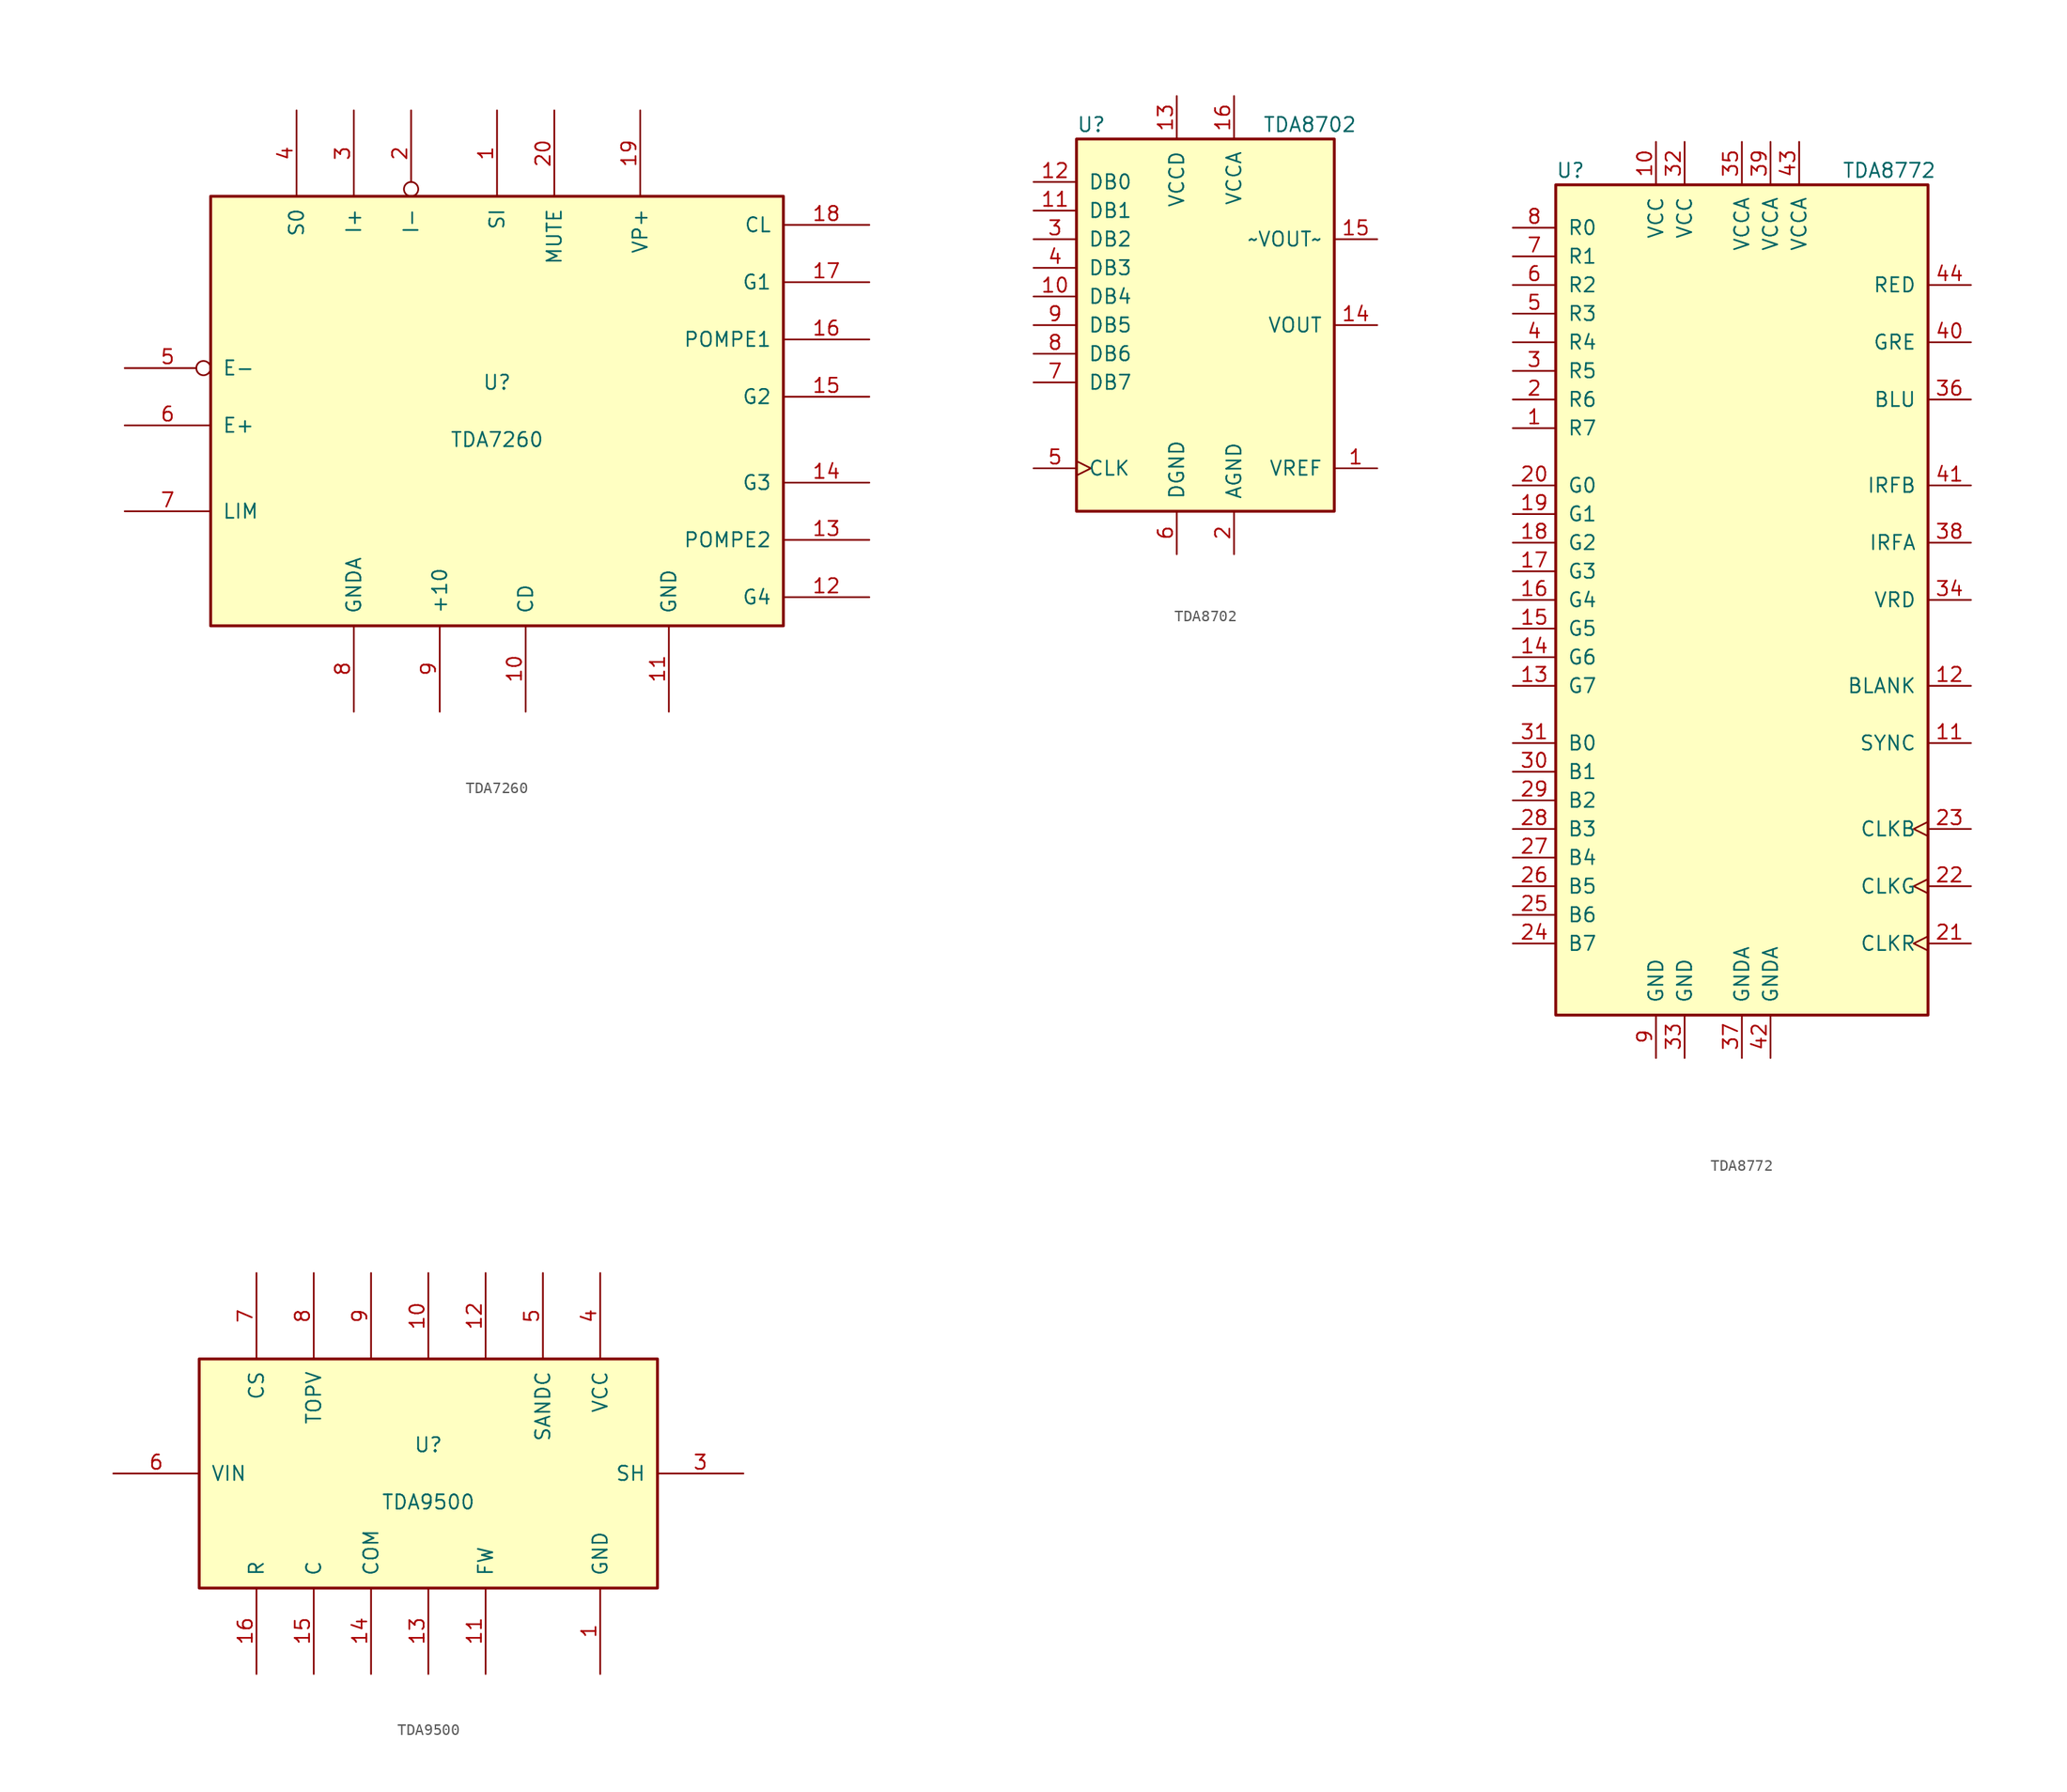
<source format=kicad_sym>
(kicad_symbol_lib
  (version 20211014)
  (generator kicad_symbol_editor)
  (symbol "TDA7260"
    (pin_names
      (offset 1.016))
    (property "Reference" "U"
      (at 0 2.54 0)
      (effects (font (size 1.27 1.27))))
    (property "Value" "TDA7260"
      (at 0 -2.54 0)
      (effects (font (size 1.27 1.27))))
    (symbol "TDA7260_0_1"
      (rectangle (start -25.4 -19.05) (end 25.4 19.05) (stroke (width 0.254) (type default) (color 0 0 0 0)) (fill (type background))))
    (symbol "TDA7260_1_1"
      (pin output line (at 0 26.67 270) (length 7.62) (name "SI" (effects (font (size 1.27 1.27)))) (number "1" (effects (font (size 1.27 1.27)))))
      (pin input line (at 2.54 -26.67 90) (length 7.62) (name "CD" (effects (font (size 1.27 1.27)))) (number "10" (effects (font (size 1.27 1.27)))))
      (pin power_in line (at 15.24 -26.67 90) (length 7.62) (name "GND" (effects (font (size 1.27 1.27)))) (number "11" (effects (font (size 1.27 1.27)))))
      (pin output line (at 33.02 -16.51 180) (length 7.62) (name "G4" (effects (font (size 1.27 1.27)))) (number "12" (effects (font (size 1.27 1.27)))))
      (pin input line (at 33.02 -11.43 180) (length 7.62) (name "POMPE2" (effects (font (size 1.27 1.27)))) (number "13" (effects (font (size 1.27 1.27)))))
      (pin output line (at 33.02 -6.35 180) (length 7.62) (name "G3" (effects (font (size 1.27 1.27)))) (number "14" (effects (font (size 1.27 1.27)))))
      (pin output line (at 33.02 1.27 180) (length 7.62) (name "G2" (effects (font (size 1.27 1.27)))) (number "15" (effects (font (size 1.27 1.27)))))
      (pin input line (at 33.02 6.35 180) (length 7.62) (name "POMPE1" (effects (font (size 1.27 1.27)))) (number "16" (effects (font (size 1.27 1.27)))))
      (pin output line (at 33.02 11.43 180) (length 7.62) (name "G1" (effects (font (size 1.27 1.27)))) (number "17" (effects (font (size 1.27 1.27)))))
      (pin input line (at 33.02 16.51 180) (length 7.62) (name "CL" (effects (font (size 1.27 1.27)))) (number "18" (effects (font (size 1.27 1.27)))))
      (pin input line (at 12.7 26.67 270) (length 7.62) (name "VP+" (effects (font (size 1.27 1.27)))) (number "19" (effects (font (size 1.27 1.27)))))
      (pin input inverted (at -7.62 26.67 270) (length 7.62) (name "I-" (effects (font (size 1.27 1.27)))) (number "2" (effects (font (size 1.27 1.27)))))
      (pin input line (at 5.08 26.67 270) (length 7.62) (name "MUTE" (effects (font (size 1.27 1.27)))) (number "20" (effects (font (size 1.27 1.27)))))
      (pin input line (at -12.7 26.67 270) (length 7.62) (name "I+" (effects (font (size 1.27 1.27)))) (number "3" (effects (font (size 1.27 1.27)))))
      (pin output line (at -17.78 26.67 270) (length 7.62) (name "S0" (effects (font (size 1.27 1.27)))) (number "4" (effects (font (size 1.27 1.27)))))
      (pin input inverted (at -33.02 3.81 0) (length 7.62) (name "E-" (effects (font (size 1.27 1.27)))) (number "5" (effects (font (size 1.27 1.27)))))
      (pin input line (at -33.02 -1.27 0) (length 7.62) (name "E+" (effects (font (size 1.27 1.27)))) (number "6" (effects (font (size 1.27 1.27)))))
      (pin output line (at -33.02 -8.89 0) (length 7.62) (name "LIM" (effects (font (size 1.27 1.27)))) (number "7" (effects (font (size 1.27 1.27)))))
      (pin power_in line (at -12.7 -26.67 90) (length 7.62) (name "GNDA" (effects (font (size 1.27 1.27)))) (number "8" (effects (font (size 1.27 1.27)))))
      (pin output line (at -5.08 -26.67 90) (length 7.62) (name "+10" (effects (font (size 1.27 1.27)))) (number "9" (effects (font (size 1.27 1.27)))))))
  (symbol "TDA8702"
    (pin_names
      (offset 1.016))
    (property "Reference" "U"
      (at -11.43 17.78 0)
      (effects (font (size 1.27 1.27)) (justify left)))
    (property "Value" "TDA8702"
      (at 5.08 17.78 0)
      (effects (font (size 1.27 1.27)) (justify left)))
    (symbol "TDA8702_0_1"
      (rectangle (start -11.43 16.51) (end 11.43 -16.51) (stroke (width 0.254) (type default) (color 0 0 0 0)) (fill (type background))))
    (symbol "TDA8702_1_1"
      (pin bidirectional line (at 15.24 -12.7 180) (length 3.81) (name "VREF" (effects (font (size 1.27 1.27)))) (number "1" (effects (font (size 1.27 1.27)))))
      (pin input line (at -15.24 2.54 0) (length 3.81) (name "DB4" (effects (font (size 1.27 1.27)))) (number "10" (effects (font (size 1.27 1.27)))))
      (pin input line (at -15.24 10.16 0) (length 3.81) (name "DB1" (effects (font (size 1.27 1.27)))) (number "11" (effects (font (size 1.27 1.27)))))
      (pin input line (at -15.24 12.7 0) (length 3.81) (name "DB0" (effects (font (size 1.27 1.27)))) (number "12" (effects (font (size 1.27 1.27)))))
      (pin power_in line (at -2.54 20.32 270) (length 3.81) (name "VCCD" (effects (font (size 1.27 1.27)))) (number "13" (effects (font (size 1.27 1.27)))))
      (pin output line (at 15.24 0 180) (length 3.81) (name "VOUT" (effects (font (size 1.27 1.27)))) (number "14" (effects (font (size 1.27 1.27)))))
      (pin output line (at 15.24 7.62 180) (length 3.81) (name "~VOUT~" (effects (font (size 1.27 1.27)))) (number "15" (effects (font (size 1.27 1.27)))))
      (pin power_in line (at 2.54 20.32 270) (length 3.81) (name "VCCA" (effects (font (size 1.27 1.27)))) (number "16" (effects (font (size 1.27 1.27)))))
      (pin power_in line (at 2.54 -20.32 90) (length 3.81) (name "AGND" (effects (font (size 1.27 1.27)))) (number "2" (effects (font (size 1.27 1.27)))))
      (pin input line (at -15.24 7.62 0) (length 3.81) (name "DB2" (effects (font (size 1.27 1.27)))) (number "3" (effects (font (size 1.27 1.27)))))
      (pin input line (at -15.24 5.08 0) (length 3.81) (name "DB3" (effects (font (size 1.27 1.27)))) (number "4" (effects (font (size 1.27 1.27)))))
      (pin input clock (at -15.24 -12.7 0) (length 3.81) (name "CLK" (effects (font (size 1.27 1.27)))) (number "5" (effects (font (size 1.27 1.27)))))
      (pin power_in line (at -2.54 -20.32 90) (length 3.81) (name "DGND" (effects (font (size 1.27 1.27)))) (number "6" (effects (font (size 1.27 1.27)))))
      (pin input line (at -15.24 -5.08 0) (length 3.81) (name "DB7" (effects (font (size 1.27 1.27)))) (number "7" (effects (font (size 1.27 1.27)))))
      (pin input line (at -15.24 -2.54 0) (length 3.81) (name "DB6" (effects (font (size 1.27 1.27)))) (number "8" (effects (font (size 1.27 1.27)))))
      (pin input line (at -15.24 0 0) (length 3.81) (name "DB5" (effects (font (size 1.27 1.27)))) (number "9" (effects (font (size 1.27 1.27)))))))
  (symbol "TDA8772"
    (pin_names
      (offset 1.016))
    (property "Reference" "U"
      (at -16.51 38.1 0)
      (effects (font (size 1.27 1.27)) (justify left)))
    (property "Value" "TDA8772"
      (at 8.89 38.1 0)
      (effects (font (size 1.27 1.27)) (justify left)))
    (symbol "TDA8772_0_1"
      (rectangle (start -16.51 -36.83) (end 16.51 36.83) (stroke (width 0.254) (type default) (color 0 0 0 0)) (fill (type background))))
    (symbol "TDA8772_1_1"
      (pin input line (at -20.32 15.24 0) (length 3.81) (name "R7" (effects (font (size 1.27 1.27)))) (number "1" (effects (font (size 1.27 1.27)))))
      (pin power_in line (at -7.62 40.64 270) (length 3.81) (name "VCC" (effects (font (size 1.27 1.27)))) (number "10" (effects (font (size 1.27 1.27)))))
      (pin input line (at 20.32 -12.7 180) (length 3.81) (name "SYNC" (effects (font (size 1.27 1.27)))) (number "11" (effects (font (size 1.27 1.27)))))
      (pin input line (at 20.32 -7.62 180) (length 3.81) (name "BLANK" (effects (font (size 1.27 1.27)))) (number "12" (effects (font (size 1.27 1.27)))))
      (pin input line (at -20.32 -7.62 0) (length 3.81) (name "G7" (effects (font (size 1.27 1.27)))) (number "13" (effects (font (size 1.27 1.27)))))
      (pin input line (at -20.32 -5.08 0) (length 3.81) (name "G6" (effects (font (size 1.27 1.27)))) (number "14" (effects (font (size 1.27 1.27)))))
      (pin input line (at -20.32 -2.54 0) (length 3.81) (name "G5" (effects (font (size 1.27 1.27)))) (number "15" (effects (font (size 1.27 1.27)))))
      (pin input line (at -20.32 0 0) (length 3.81) (name "G4" (effects (font (size 1.27 1.27)))) (number "16" (effects (font (size 1.27 1.27)))))
      (pin input line (at -20.32 2.54 0) (length 3.81) (name "G3" (effects (font (size 1.27 1.27)))) (number "17" (effects (font (size 1.27 1.27)))))
      (pin input line (at -20.32 5.08 0) (length 3.81) (name "G2" (effects (font (size 1.27 1.27)))) (number "18" (effects (font (size 1.27 1.27)))))
      (pin input line (at -20.32 7.62 0) (length 3.81) (name "G1" (effects (font (size 1.27 1.27)))) (number "19" (effects (font (size 1.27 1.27)))))
      (pin input line (at -20.32 17.78 0) (length 3.81) (name "R6" (effects (font (size 1.27 1.27)))) (number "2" (effects (font (size 1.27 1.27)))))
      (pin input line (at -20.32 10.16 0) (length 3.81) (name "G0" (effects (font (size 1.27 1.27)))) (number "20" (effects (font (size 1.27 1.27)))))
      (pin input clock (at 20.32 -30.48 180) (length 3.81) (name "CLKR" (effects (font (size 1.27 1.27)))) (number "21" (effects (font (size 1.27 1.27)))))
      (pin input clock (at 20.32 -25.4 180) (length 3.81) (name "CLKG" (effects (font (size 1.27 1.27)))) (number "22" (effects (font (size 1.27 1.27)))))
      (pin input clock (at 20.32 -20.32 180) (length 3.81) (name "CLKB" (effects (font (size 1.27 1.27)))) (number "23" (effects (font (size 1.27 1.27)))))
      (pin input line (at -20.32 -30.48 0) (length 3.81) (name "B7" (effects (font (size 1.27 1.27)))) (number "24" (effects (font (size 1.27 1.27)))))
      (pin input line (at -20.32 -27.94 0) (length 3.81) (name "B6" (effects (font (size 1.27 1.27)))) (number "25" (effects (font (size 1.27 1.27)))))
      (pin input line (at -20.32 -25.4 0) (length 3.81) (name "B5" (effects (font (size 1.27 1.27)))) (number "26" (effects (font (size 1.27 1.27)))))
      (pin input line (at -20.32 -22.86 0) (length 3.81) (name "B4" (effects (font (size 1.27 1.27)))) (number "27" (effects (font (size 1.27 1.27)))))
      (pin input line (at -20.32 -20.32 0) (length 3.81) (name "B3" (effects (font (size 1.27 1.27)))) (number "28" (effects (font (size 1.27 1.27)))))
      (pin input line (at -20.32 -17.78 0) (length 3.81) (name "B2" (effects (font (size 1.27 1.27)))) (number "29" (effects (font (size 1.27 1.27)))))
      (pin input line (at -20.32 20.32 0) (length 3.81) (name "R5" (effects (font (size 1.27 1.27)))) (number "3" (effects (font (size 1.27 1.27)))))
      (pin input line (at -20.32 -15.24 0) (length 3.81) (name "B1" (effects (font (size 1.27 1.27)))) (number "30" (effects (font (size 1.27 1.27)))))
      (pin input line (at -20.32 -12.7 0) (length 3.81) (name "B0" (effects (font (size 1.27 1.27)))) (number "31" (effects (font (size 1.27 1.27)))))
      (pin power_in line (at -5.08 40.64 270) (length 3.81) (name "VCC" (effects (font (size 1.27 1.27)))) (number "32" (effects (font (size 1.27 1.27)))))
      (pin power_in line (at -5.08 -40.64 90) (length 3.81) (name "GND" (effects (font (size 1.27 1.27)))) (number "33" (effects (font (size 1.27 1.27)))))
      (pin input line (at 20.32 0 180) (length 3.81) (name "VRD" (effects (font (size 1.27 1.27)))) (number "34" (effects (font (size 1.27 1.27)))))
      (pin power_in line (at 0 40.64 270) (length 3.81) (name "VCCA" (effects (font (size 1.27 1.27)))) (number "35" (effects (font (size 1.27 1.27)))))
      (pin output line (at 20.32 17.78 180) (length 3.81) (name "BLU" (effects (font (size 1.27 1.27)))) (number "36" (effects (font (size 1.27 1.27)))))
      (pin power_in line (at 0 -40.64 90) (length 3.81) (name "GNDA" (effects (font (size 1.27 1.27)))) (number "37" (effects (font (size 1.27 1.27)))))
      (pin passive line (at 20.32 5.08 180) (length 3.81) (name "IRFA" (effects (font (size 1.27 1.27)))) (number "38" (effects (font (size 1.27 1.27)))))
      (pin power_in line (at 2.54 40.64 270) (length 3.81) (name "VCCA" (effects (font (size 1.27 1.27)))) (number "39" (effects (font (size 1.27 1.27)))))
      (pin input line (at -20.32 22.86 0) (length 3.81) (name "R4" (effects (font (size 1.27 1.27)))) (number "4" (effects (font (size 1.27 1.27)))))
      (pin output line (at 20.32 22.86 180) (length 3.81) (name "GRE" (effects (font (size 1.27 1.27)))) (number "40" (effects (font (size 1.27 1.27)))))
      (pin passive line (at 20.32 10.16 180) (length 3.81) (name "IRFB" (effects (font (size 1.27 1.27)))) (number "41" (effects (font (size 1.27 1.27)))))
      (pin power_in line (at 2.54 -40.64 90) (length 3.81) (name "GNDA" (effects (font (size 1.27 1.27)))) (number "42" (effects (font (size 1.27 1.27)))))
      (pin power_in line (at 5.08 40.64 270) (length 3.81) (name "VCCA" (effects (font (size 1.27 1.27)))) (number "43" (effects (font (size 1.27 1.27)))))
      (pin output line (at 20.32 27.94 180) (length 3.81) (name "RED" (effects (font (size 1.27 1.27)))) (number "44" (effects (font (size 1.27 1.27)))))
      (pin input line (at -20.32 25.4 0) (length 3.81) (name "R3" (effects (font (size 1.27 1.27)))) (number "5" (effects (font (size 1.27 1.27)))))
      (pin input line (at -20.32 27.94 0) (length 3.81) (name "R2" (effects (font (size 1.27 1.27)))) (number "6" (effects (font (size 1.27 1.27)))))
      (pin input line (at -20.32 30.48 0) (length 3.81) (name "R1" (effects (font (size 1.27 1.27)))) (number "7" (effects (font (size 1.27 1.27)))))
      (pin input line (at -20.32 33.02 0) (length 3.81) (name "R0" (effects (font (size 1.27 1.27)))) (number "8" (effects (font (size 1.27 1.27)))))
      (pin power_in line (at -7.62 -40.64 90) (length 3.81) (name "GND" (effects (font (size 1.27 1.27)))) (number "9" (effects (font (size 1.27 1.27)))))))
  (symbol "TDA9500"
    (pin_names
      (offset 1.016))
    (property "Reference" "U"
      (at 0 2.54 0)
      (effects (font (size 1.27 1.27))))
    (property "Value" "TDA9500"
      (at 0 -2.54 0)
      (effects (font (size 1.27 1.27))))
    (symbol "TDA9500_0_1"
      (rectangle (start -20.32 -10.16) (end 20.32 10.16) (stroke (width 0.254) (type default) (color 0 0 0 0)) (fill (type background))))
    (symbol "TDA9500_1_1"
      (pin power_in line (at 15.24 -17.78 90) (length 7.62) (name "GND" (effects (font (size 1.27 1.27)))) (number "1" (effects (font (size 1.27 1.27)))))
      (pin passive line (at 0 17.78 270) (length 7.62) (name "~" (effects (font (size 1.27 1.27)))) (number "10" (effects (font (size 1.27 1.27)))))
      (pin input line (at 5.08 -17.78 90) (length 7.62) (name "FW" (effects (font (size 1.27 1.27)))) (number "11" (effects (font (size 1.27 1.27)))))
      (pin passive line (at 5.08 17.78 270) (length 7.62) (name "~" (effects (font (size 1.27 1.27)))) (number "12" (effects (font (size 1.27 1.27)))))
      (pin passive line (at 0 -17.78 90) (length 7.62) (name "~" (effects (font (size 1.27 1.27)))) (number "13" (effects (font (size 1.27 1.27)))))
      (pin passive line (at -5.08 -17.78 90) (length 7.62) (name "COM" (effects (font (size 1.27 1.27)))) (number "14" (effects (font (size 1.27 1.27)))))
      (pin input line (at -10.16 -17.78 90) (length 7.62) (name "C" (effects (font (size 1.27 1.27)))) (number "15" (effects (font (size 1.27 1.27)))))
      (pin input line (at -15.24 -17.78 90) (length 7.62) (name "R" (effects (font (size 1.27 1.27)))) (number "16" (effects (font (size 1.27 1.27)))))
      (pin output line (at 27.94 0 180) (length 7.62) (name "SH" (effects (font (size 1.27 1.27)))) (number "3" (effects (font (size 1.27 1.27)))))
      (pin power_in line (at 15.24 17.78 270) (length 7.62) (name "VCC" (effects (font (size 1.27 1.27)))) (number "4" (effects (font (size 1.27 1.27)))))
      (pin output line (at 10.16 17.78 270) (length 7.62) (name "SANDC" (effects (font (size 1.27 1.27)))) (number "5" (effects (font (size 1.27 1.27)))))
      (pin power_in line (at -27.94 0 0) (length 7.62) (name "VIN" (effects (font (size 1.27 1.27)))) (number "6" (effects (font (size 1.27 1.27)))))
      (pin output line (at -15.24 17.78 270) (length 7.62) (name "CS" (effects (font (size 1.27 1.27)))) (number "7" (effects (font (size 1.27 1.27)))))
      (pin output line (at -10.16 17.78 270) (length 7.62) (name "TOPV" (effects (font (size 1.27 1.27)))) (number "8" (effects (font (size 1.27 1.27)))))
      (pin passive line (at -5.08 17.78 270) (length 7.62) (name "~" (effects (font (size 1.27 1.27)))) (number "9" (effects (font (size 1.27 1.27))))))))
</source>
